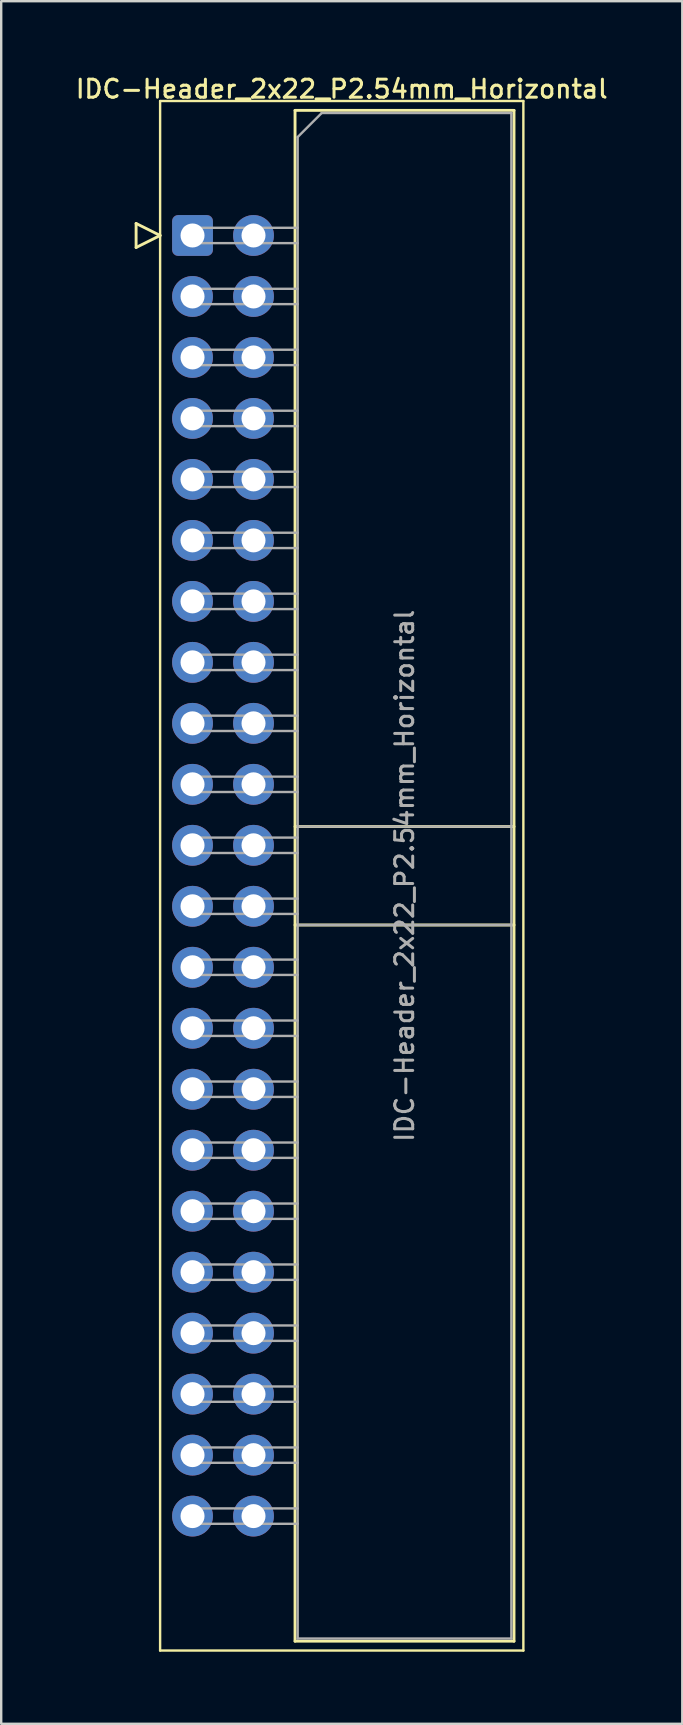
<source format=kicad_pcb>
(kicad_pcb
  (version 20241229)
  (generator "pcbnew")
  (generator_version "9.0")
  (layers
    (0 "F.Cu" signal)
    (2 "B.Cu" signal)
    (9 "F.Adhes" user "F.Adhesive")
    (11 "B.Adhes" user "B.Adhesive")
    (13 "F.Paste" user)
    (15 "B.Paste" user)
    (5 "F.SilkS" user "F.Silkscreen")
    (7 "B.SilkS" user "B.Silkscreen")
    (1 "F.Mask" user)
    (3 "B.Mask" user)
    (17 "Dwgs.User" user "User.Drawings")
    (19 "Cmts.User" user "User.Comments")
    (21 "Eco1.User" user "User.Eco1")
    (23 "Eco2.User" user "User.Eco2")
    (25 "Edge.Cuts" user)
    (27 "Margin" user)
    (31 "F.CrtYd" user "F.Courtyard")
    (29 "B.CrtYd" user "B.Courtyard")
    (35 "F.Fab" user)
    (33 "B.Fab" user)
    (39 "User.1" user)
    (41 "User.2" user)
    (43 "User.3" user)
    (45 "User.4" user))
  (footprint "IDC-Header_2x22_P2.54mm_Horizontal"
    (layer "F.Cu")
    (at 4.969 6.758)
    (property "Reference" "IDC-Header_2x22_P2.54mm_Horizontal" (at 6.215 -6.1 0) (layer "F.SilkS") (effects (font (size 0.75 0.75) (thickness 0.125))))
    (attr through_hole)
    (fp_line (start -2.35 -0.5) (end -2.35 0.5) (stroke (width 0.12) (type solid)) (layer "F.SilkS"))
    (fp_line (start -2.35 0.5) (end -1.35 0) (stroke (width 0.12) (type solid)) (layer "F.SilkS"))
    (fp_line (start -1.35 -5.6) (end -1.35 58.94) (stroke (width 0.1) (type solid)) (layer "F.SilkS"))
    (fp_line (start -1.35 0) (end -2.35 -0.5) (stroke (width 0.12) (type solid)) (layer "F.SilkS"))
    (fp_line (start -1.35 58.94) (end 13.78 58.94) (stroke (width 0.1) (type solid)) (layer "F.SilkS"))
    (fp_line (start 4.27 -5.21) (end 13.39 -5.21) (stroke (width 0.12) (type solid)) (layer "F.SilkS"))
    (fp_line (start 4.27 24.62) (end 13.39 24.62) (stroke (width 0.12) (type solid)) (layer "F.SilkS"))
    (fp_line (start 4.27 28.72) (end 13.39 28.72) (stroke (width 0.12) (type solid)) (layer "F.SilkS"))
    (fp_line (start 4.27 58.55) (end 4.27 -5.21) (stroke (width 0.12) (type solid)) (layer "F.SilkS"))
    (fp_line (start 13.39 -5.21) (end 13.39 58.55) (stroke (width 0.12) (type solid)) (layer "F.SilkS"))
    (fp_line (start 13.39 58.55) (end 4.27 58.55) (stroke (width 0.12) (type solid)) (layer "F.SilkS"))
    (fp_line (start 13.78 -5.6) (end -1.35 -5.6) (stroke (width 0.1) (type solid)) (layer "F.SilkS"))
    (fp_line (start 13.78 58.94) (end 13.78 -5.6) (stroke (width 0.1) (type solid)) (layer "F.SilkS"))
    (fp_line (start -0.32 -0.32) (end -0.32 0.32) (stroke (width 0.1) (type solid)) (layer "F.Fab"))
    (fp_line (start -0.32 0.32) (end 4.38 0.32) (stroke (width 0.1) (type solid)) (layer "F.Fab"))
    (fp_line (start -0.32 2.22) (end -0.32 2.86) (stroke (width 0.1) (type solid)) (layer "F.Fab"))
    (fp_line (start -0.32 2.86) (end 4.38 2.86) (stroke (width 0.1) (type solid)) (layer "F.Fab"))
    (fp_line (start -0.32 4.76) (end -0.32 5.4) (stroke (width 0.1) (type solid)) (layer "F.Fab"))
    (fp_line (start -0.32 5.4) (end 4.38 5.4) (stroke (width 0.1) (type solid)) (layer "F.Fab"))
    (fp_line (start -0.32 7.3) (end -0.32 7.94) (stroke (width 0.1) (type solid)) (layer "F.Fab"))
    (fp_line (start -0.32 7.94) (end 4.38 7.94) (stroke (width 0.1) (type solid)) (layer "F.Fab"))
    (fp_line (start -0.32 9.84) (end -0.32 10.48) (stroke (width 0.1) (type solid)) (layer "F.Fab"))
    (fp_line (start -0.32 10.48) (end 4.38 10.48) (stroke (width 0.1) (type solid)) (layer "F.Fab"))
    (fp_line (start -0.32 12.38) (end -0.32 13.02) (stroke (width 0.1) (type solid)) (layer "F.Fab"))
    (fp_line (start -0.32 13.02) (end 4.38 13.02) (stroke (width 0.1) (type solid)) (layer "F.Fab"))
    (fp_line (start -0.32 14.92) (end -0.32 15.56) (stroke (width 0.1) (type solid)) (layer "F.Fab"))
    (fp_line (start -0.32 15.56) (end 4.38 15.56) (stroke (width 0.1) (type solid)) (layer "F.Fab"))
    (fp_line (start -0.32 17.46) (end -0.32 18.1) (stroke (width 0.1) (type solid)) (layer "F.Fab"))
    (fp_line (start -0.32 18.1) (end 4.38 18.1) (stroke (width 0.1) (type solid)) (layer "F.Fab"))
    (fp_line (start -0.32 20) (end -0.32 20.64) (stroke (width 0.1) (type solid)) (layer "F.Fab"))
    (fp_line (start -0.32 20.64) (end 4.38 20.64) (stroke (width 0.1) (type solid)) (layer "F.Fab"))
    (fp_line (start -0.32 22.54) (end -0.32 23.18) (stroke (width 0.1) (type solid)) (layer "F.Fab"))
    (fp_line (start -0.32 23.18) (end 4.38 23.18) (stroke (width 0.1) (type solid)) (layer "F.Fab"))
    (fp_line (start -0.32 25.08) (end -0.32 25.72) (stroke (width 0.1) (type solid)) (layer "F.Fab"))
    (fp_line (start -0.32 25.72) (end 4.38 25.72) (stroke (width 0.1) (type solid)) (layer "F.Fab"))
    (fp_line (start -0.32 27.62) (end -0.32 28.26) (stroke (width 0.1) (type solid)) (layer "F.Fab"))
    (fp_line (start -0.32 28.26) (end 4.38 28.26) (stroke (width 0.1) (type solid)) (layer "F.Fab"))
    (fp_line (start -0.32 30.16) (end -0.32 30.8) (stroke (width 0.1) (type solid)) (layer "F.Fab"))
    (fp_line (start -0.32 30.8) (end 4.38 30.8) (stroke (width 0.1) (type solid)) (layer "F.Fab"))
    (fp_line (start -0.32 32.7) (end -0.32 33.34) (stroke (width 0.1) (type solid)) (layer "F.Fab"))
    (fp_line (start -0.32 33.34) (end 4.38 33.34) (stroke (width 0.1) (type solid)) (layer "F.Fab"))
    (fp_line (start -0.32 35.24) (end -0.32 35.88) (stroke (width 0.1) (type solid)) (layer "F.Fab"))
    (fp_line (start -0.32 35.88) (end 4.38 35.88) (stroke (width 0.1) (type solid)) (layer "F.Fab"))
    (fp_line (start -0.32 37.78) (end -0.32 38.42) (stroke (width 0.1) (type solid)) (layer "F.Fab"))
    (fp_line (start -0.32 38.42) (end 4.38 38.42) (stroke (width 0.1) (type solid)) (layer "F.Fab"))
    (fp_line (start -0.32 40.32) (end -0.32 40.96) (stroke (width 0.1) (type solid)) (layer "F.Fab"))
    (fp_line (start -0.32 40.96) (end 4.38 40.96) (stroke (width 0.1) (type solid)) (layer "F.Fab"))
    (fp_line (start -0.32 42.86) (end -0.32 43.5) (stroke (width 0.1) (type solid)) (layer "F.Fab"))
    (fp_line (start -0.32 43.5) (end 4.38 43.5) (stroke (width 0.1) (type solid)) (layer "F.Fab"))
    (fp_line (start -0.32 45.4) (end -0.32 46.04) (stroke (width 0.1) (type solid)) (layer "F.Fab"))
    (fp_line (start -0.32 46.04) (end 4.38 46.04) (stroke (width 0.1) (type solid)) (layer "F.Fab"))
    (fp_line (start -0.32 47.94) (end -0.32 48.58) (stroke (width 0.1) (type solid)) (layer "F.Fab"))
    (fp_line (start -0.32 48.58) (end 4.38 48.58) (stroke (width 0.1) (type solid)) (layer "F.Fab"))
    (fp_line (start -0.32 50.48) (end -0.32 51.12) (stroke (width 0.1) (type solid)) (layer "F.Fab"))
    (fp_line (start -0.32 51.12) (end 4.38 51.12) (stroke (width 0.1) (type solid)) (layer "F.Fab"))
    (fp_line (start -0.32 53.02) (end -0.32 53.66) (stroke (width 0.1) (type solid)) (layer "F.Fab"))
    (fp_line (start -0.32 53.66) (end 4.38 53.66) (stroke (width 0.1) (type solid)) (layer "F.Fab"))
    (fp_line (start 4.38 -4.1) (end 5.38 -5.1) (stroke (width 0.1) (type solid)) (layer "F.Fab"))
    (fp_line (start 4.38 -0.32) (end -0.32 -0.32) (stroke (width 0.1) (type solid)) (layer "F.Fab"))
    (fp_line (start 4.38 2.22) (end -0.32 2.22) (stroke (width 0.1) (type solid)) (layer "F.Fab"))
    (fp_line (start 4.38 4.76) (end -0.32 4.76) (stroke (width 0.1) (type solid)) (layer "F.Fab"))
    (fp_line (start 4.38 7.3) (end -0.32 7.3) (stroke (width 0.1) (type solid)) (layer "F.Fab"))
    (fp_line (start 4.38 9.84) (end -0.32 9.84) (stroke (width 0.1) (type solid)) (layer "F.Fab"))
    (fp_line (start 4.38 12.38) (end -0.32 12.38) (stroke (width 0.1) (type solid)) (layer "F.Fab"))
    (fp_line (start 4.38 14.92) (end -0.32 14.92) (stroke (width 0.1) (type solid)) (layer "F.Fab"))
    (fp_line (start 4.38 17.46) (end -0.32 17.46) (stroke (width 0.1) (type solid)) (layer "F.Fab"))
    (fp_line (start 4.38 20) (end -0.32 20) (stroke (width 0.1) (type solid)) (layer "F.Fab"))
    (fp_line (start 4.38 22.54) (end -0.32 22.54) (stroke (width 0.1) (type solid)) (layer "F.Fab"))
    (fp_line (start 4.38 24.62) (end 13.28 24.62) (stroke (width 0.1) (type solid)) (layer "F.Fab"))
    (fp_line (start 4.38 25.08) (end -0.32 25.08) (stroke (width 0.1) (type solid)) (layer "F.Fab"))
    (fp_line (start 4.38 27.62) (end -0.32 27.62) (stroke (width 0.1) (type solid)) (layer "F.Fab"))
    (fp_line (start 4.38 28.72) (end 13.28 28.72) (stroke (width 0.1) (type solid)) (layer "F.Fab"))
    (fp_line (start 4.38 30.16) (end -0.32 30.16) (stroke (width 0.1) (type solid)) (layer "F.Fab"))
    (fp_line (start 4.38 32.7) (end -0.32 32.7) (stroke (width 0.1) (type solid)) (layer "F.Fab"))
    (fp_line (start 4.38 35.24) (end -0.32 35.24) (stroke (width 0.1) (type solid)) (layer "F.Fab"))
    (fp_line (start 4.38 37.78) (end -0.32 37.78) (stroke (width 0.1) (type solid)) (layer "F.Fab"))
    (fp_line (start 4.38 40.32) (end -0.32 40.32) (stroke (width 0.1) (type solid)) (layer "F.Fab"))
    (fp_line (start 4.38 42.86) (end -0.32 42.86) (stroke (width 0.1) (type solid)) (layer "F.Fab"))
    (fp_line (start 4.38 45.4) (end -0.32 45.4) (stroke (width 0.1) (type solid)) (layer "F.Fab"))
    (fp_line (start 4.38 47.94) (end -0.32 47.94) (stroke (width 0.1) (type solid)) (layer "F.Fab"))
    (fp_line (start 4.38 50.48) (end -0.32 50.48) (stroke (width 0.1) (type solid)) (layer "F.Fab"))
    (fp_line (start 4.38 53.02) (end -0.32 53.02) (stroke (width 0.1) (type solid)) (layer "F.Fab"))
    (fp_line (start 4.38 58.44) (end 4.38 -4.1) (stroke (width 0.1) (type solid)) (layer "F.Fab"))
    (fp_line (start 5.38 -5.1) (end 13.28 -5.1) (stroke (width 0.1) (type solid)) (layer "F.Fab"))
    (fp_line (start 13.28 -5.1) (end 13.28 58.44) (stroke (width 0.1) (type solid)) (layer "F.Fab"))
    (fp_line (start 13.28 58.44) (end 4.38 58.44) (stroke (width 0.1) (type solid)) (layer "F.Fab"))
    (fp_text user "${REFERENCE}" (at 8.83 26.67 90) (layer "F.Fab") (effects (font (size 0.75 0.75) (thickness 0.125))))
    (pad "1" thru_hole roundrect (at 0 0) (size 1.7 1.7) (drill 1) (layers "*.Cu" "*.Mask") (roundrect_rratio 0.147))
    (pad "2" thru_hole circle (at 2.54 0) (size 1.7 1.7) (drill 1) (layers "*.Cu" "*.Mask"))
    (pad "3" thru_hole circle (at 0 2.54) (size 1.7 1.7) (drill 1) (layers "*.Cu" "*.Mask"))
    (pad "4" thru_hole circle (at 2.54 2.54) (size 1.7 1.7) (drill 1) (layers "*.Cu" "*.Mask"))
    (pad "5" thru_hole circle (at 0 5.08) (size 1.7 1.7) (drill 1) (layers "*.Cu" "*.Mask"))
    (pad "6" thru_hole circle (at 2.54 5.08) (size 1.7 1.7) (drill 1) (layers "*.Cu" "*.Mask"))
    (pad "7" thru_hole circle (at 0 7.62) (size 1.7 1.7) (drill 1) (layers "*.Cu" "*.Mask"))
    (pad "8" thru_hole circle (at 2.54 7.62) (size 1.7 1.7) (drill 1) (layers "*.Cu" "*.Mask"))
    (pad "9" thru_hole circle (at 0 10.16) (size 1.7 1.7) (drill 1) (layers "*.Cu" "*.Mask"))
    (pad "10" thru_hole circle (at 2.54 10.16) (size 1.7 1.7) (drill 1) (layers "*.Cu" "*.Mask"))
    (pad "11" thru_hole circle (at 0 12.7) (size 1.7 1.7) (drill 1) (layers "*.Cu" "*.Mask"))
    (pad "12" thru_hole circle (at 2.54 12.7) (size 1.7 1.7) (drill 1) (layers "*.Cu" "*.Mask"))
    (pad "13" thru_hole circle (at 0 15.24) (size 1.7 1.7) (drill 1) (layers "*.Cu" "*.Mask"))
    (pad "14" thru_hole circle (at 2.54 15.24) (size 1.7 1.7) (drill 1) (layers "*.Cu" "*.Mask"))
    (pad "15" thru_hole circle (at 0 17.78) (size 1.7 1.7) (drill 1) (layers "*.Cu" "*.Mask"))
    (pad "16" thru_hole circle (at 2.54 17.78) (size 1.7 1.7) (drill 1) (layers "*.Cu" "*.Mask"))
    (pad "17" thru_hole circle (at 0 20.32) (size 1.7 1.7) (drill 1) (layers "*.Cu" "*.Mask"))
    (pad "18" thru_hole circle (at 2.54 20.32) (size 1.7 1.7) (drill 1) (layers "*.Cu" "*.Mask"))
    (pad "19" thru_hole circle (at 0 22.86) (size 1.7 1.7) (drill 1) (layers "*.Cu" "*.Mask"))
    (pad "20" thru_hole circle (at 2.54 22.86) (size 1.7 1.7) (drill 1) (layers "*.Cu" "*.Mask"))
    (pad "21" thru_hole circle (at 0 25.4) (size 1.7 1.7) (drill 1) (layers "*.Cu" "*.Mask"))
    (pad "22" thru_hole circle (at 2.54 25.4) (size 1.7 1.7) (drill 1) (layers "*.Cu" "*.Mask"))
    (pad "23" thru_hole circle (at 0 27.94) (size 1.7 1.7) (drill 1) (layers "*.Cu" "*.Mask"))
    (pad "24" thru_hole circle (at 2.54 27.94) (size 1.7 1.7) (drill 1) (layers "*.Cu" "*.Mask"))
    (pad "25" thru_hole circle (at 0 30.48) (size 1.7 1.7) (drill 1) (layers "*.Cu" "*.Mask"))
    (pad "26" thru_hole circle (at 2.54 30.48) (size 1.7 1.7) (drill 1) (layers "*.Cu" "*.Mask"))
    (pad "27" thru_hole circle (at 0 33.02) (size 1.7 1.7) (drill 1) (layers "*.Cu" "*.Mask"))
    (pad "28" thru_hole circle (at 2.54 33.02) (size 1.7 1.7) (drill 1) (layers "*.Cu" "*.Mask"))
    (pad "29" thru_hole circle (at 0 35.56) (size 1.7 1.7) (drill 1) (layers "*.Cu" "*.Mask"))
    (pad "30" thru_hole circle (at 2.54 35.56) (size 1.7 1.7) (drill 1) (layers "*.Cu" "*.Mask"))
    (pad "31" thru_hole circle (at 0 38.1) (size 1.7 1.7) (drill 1) (layers "*.Cu" "*.Mask"))
    (pad "32" thru_hole circle (at 2.54 38.1) (size 1.7 1.7) (drill 1) (layers "*.Cu" "*.Mask"))
    (pad "33" thru_hole circle (at 0 40.64) (size 1.7 1.7) (drill 1) (layers "*.Cu" "*.Mask"))
    (pad "34" thru_hole circle (at 2.54 40.64) (size 1.7 1.7) (drill 1) (layers "*.Cu" "*.Mask"))
    (pad "35" thru_hole circle (at 0 43.18) (size 1.7 1.7) (drill 1) (layers "*.Cu" "*.Mask"))
    (pad "36" thru_hole circle (at 2.54 43.18) (size 1.7 1.7) (drill 1) (layers "*.Cu" "*.Mask"))
    (pad "37" thru_hole circle (at 0 45.72) (size 1.7 1.7) (drill 1) (layers "*.Cu" "*.Mask"))
    (pad "38" thru_hole circle (at 2.54 45.72) (size 1.7 1.7) (drill 1) (layers "*.Cu" "*.Mask"))
    (pad "39" thru_hole circle (at 0 48.26) (size 1.7 1.7) (drill 1) (layers "*.Cu" "*.Mask"))
    (pad "40" thru_hole circle (at 2.54 48.26) (size 1.7 1.7) (drill 1) (layers "*.Cu" "*.Mask"))
    (pad "41" thru_hole circle (at 0 50.8) (size 1.7 1.7) (drill 1) (layers "*.Cu" "*.Mask"))
    (pad "42" thru_hole circle (at 2.54 50.8) (size 1.7 1.7) (drill 1) (layers "*.Cu" "*.Mask"))
    (pad "43" thru_hole circle (at 0 53.34) (size 1.7 1.7) (drill 1) (layers "*.Cu" "*.Mask"))
    (pad "44" thru_hole circle (at 2.54 53.34) (size 1.7 1.7) (drill 1) (layers "*.Cu" "*.Mask")))
  (gr_rect
    (start -3 -3)
    (end 25.368 68.748)
    (stroke (width 0.1) (type default))
    (fill no)
    (layer "Edge.Cuts")))
</source>
